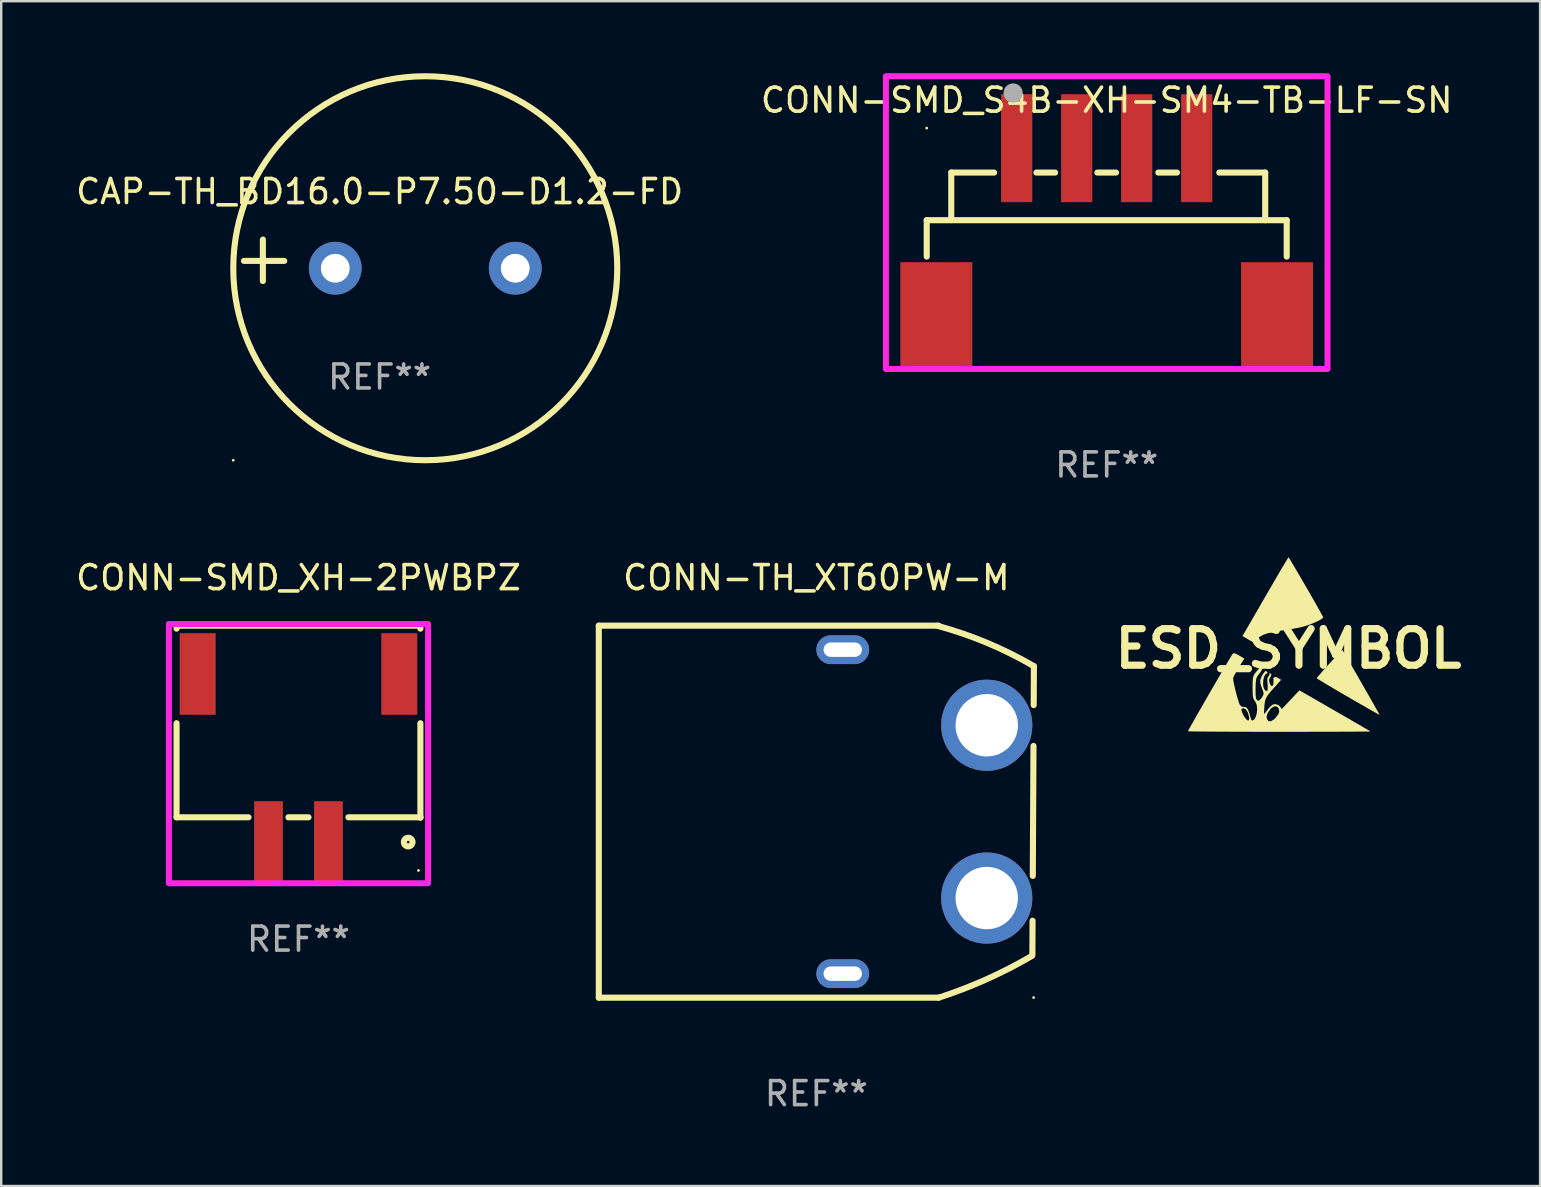
<source format=kicad_pcb>
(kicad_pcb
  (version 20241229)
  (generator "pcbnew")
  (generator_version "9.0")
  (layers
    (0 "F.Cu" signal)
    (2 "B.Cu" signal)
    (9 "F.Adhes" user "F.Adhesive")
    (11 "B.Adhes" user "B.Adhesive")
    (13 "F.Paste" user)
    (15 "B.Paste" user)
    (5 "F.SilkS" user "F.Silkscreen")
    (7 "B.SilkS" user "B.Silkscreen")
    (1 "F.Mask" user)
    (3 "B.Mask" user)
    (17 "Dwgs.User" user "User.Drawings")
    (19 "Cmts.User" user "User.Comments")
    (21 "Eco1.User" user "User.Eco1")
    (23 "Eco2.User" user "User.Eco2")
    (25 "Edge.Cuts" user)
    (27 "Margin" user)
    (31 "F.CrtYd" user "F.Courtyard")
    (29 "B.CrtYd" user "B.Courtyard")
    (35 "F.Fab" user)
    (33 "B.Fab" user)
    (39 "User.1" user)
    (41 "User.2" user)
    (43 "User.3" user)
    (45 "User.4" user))
  (footprint "CONN-SMD_XH-2PWBPZ"
    (layer "F.Cu")
    (at 9.387 27.553)
    (property "Reference" "CONN-SMD_XH-2PWBPZ" (at 0 -6.531 0) (layer "F.SilkS") (effects (font (size 1 1) (thickness 0.15))))
    (attr through_hole)
    (fp_line (start -5.08 -4.531) (end 5.08 -4.531) (stroke (width 0.254) (type solid)) (layer "F.SilkS"))
    (fp_line (start -5.08 -4.409) (end -5.08 -4.531) (stroke (width 0.254) (type solid)) (layer "F.SilkS"))
    (fp_line (start -5.08 3.453) (end -5.08 -0.467) (stroke (width 0.254) (type solid)) (layer "F.SilkS"))
    (fp_line (start -5.08 3.453) (end -2.081 3.453) (stroke (width 0.254) (type solid)) (layer "F.SilkS"))
    (fp_line (start -0.419 3.453) (end 0.419 3.453) (stroke (width 0.254) (type solid)) (layer "F.SilkS"))
    (fp_line (start 2.081 3.453) (end 5.08 3.453) (stroke (width 0.254) (type solid)) (layer "F.SilkS"))
    (fp_line (start 5.08 -4.531) (end 5.08 -4.409) (stroke (width 0.254) (type solid)) (layer "F.SilkS"))
    (fp_line (start 5.08 3.453) (end 5.08 -0.467) (stroke (width 0.254) (type solid)) (layer "F.SilkS"))
    (fp_line (start 5.08 3.453) (end 5.08 3.47) (stroke (width 0.254) (type solid)) (layer "F.SilkS"))
    (fp_circle (center 4.572 4.486) (end 4.752 4.486) (stroke (width 0.254) (type solid)) (fill no) (layer "F.SilkS"))
    (fp_circle (center 5 5.669) (end 5.03 5.669) (stroke (width 0.06) (type solid)) (fill no) (layer "F.SilkS"))
    (fp_rect (start -5.4 -4.6) (end 5.4 6.2) (stroke (width 0.25) (type solid)) (fill no) (layer "F.CrtYd"))
    (fp_text user "REF**" (at 0 8.531 0) (layer "F.Fab") (effects (font (size 1 1) (thickness 0.15))))
    (pad "1" smd rect (at 1.25 4.531) (size 1.2 3.5) (layers "F.Cu" "F.Mask" "F.Paste"))
    (pad "2" smd rect (at -1.25 4.531) (size 1.2 3.5) (layers "F.Cu" "F.Mask" "F.Paste"))
    (pad "3" smd rect (at -4.2 -2.519) (size 1.5 3.4) (layers "F.Cu" "F.Mask" "F.Paste"))
    (pad "4" smd rect (at 4.2 -2.519) (size 1.5 3.4) (layers "F.Cu" "F.Mask" "F.Paste")))
  (footprint "CONN-SMD_S4B-XH-SM4-TB-LF-SN"
    (layer "F.Cu")
    (at 43.065 7.725)
    (property "Reference" "CONN-SMD_S4B-XH-SM4-TB-LF-SN" (at 0 -6.6 0) (layer "F.SilkS") (effects (font (size 1 1) (thickness 0.15))))
    (attr through_hole)
    (fp_line (start -7.5 -1.6) (end -7.5 -0.081) (stroke (width 0.254) (type solid)) (layer "F.SilkS"))
    (fp_line (start -6.477 -3.584) (end -4.691 -3.584) (stroke (width 0.254) (type solid)) (layer "F.SilkS"))
    (fp_line (start -6.477 -1.6) (end -6.477 -3.584) (stroke (width 0.254) (type solid)) (layer "F.SilkS"))
    (fp_line (start -5.3 4.6) (end 5.3 4.6) (stroke (width 0.254) (type solid)) (layer "F.SilkS"))
    (fp_line (start -2.929 -3.584) (end -2.151 -3.584) (stroke (width 0.254) (type solid)) (layer "F.SilkS"))
    (fp_line (start -0.389 -3.584) (end 0.389 -3.584) (stroke (width 0.254) (type solid)) (layer "F.SilkS"))
    (fp_line (start 2.151 -3.584) (end 2.929 -3.584) (stroke (width 0.254) (type solid)) (layer "F.SilkS"))
    (fp_line (start 4.691 -3.584) (end 6.604 -3.584) (stroke (width 0.254) (type solid)) (layer "F.SilkS"))
    (fp_line (start 6.604 -3.584) (end 6.604 -1.6) (stroke (width 0.254) (type solid)) (layer "F.SilkS"))
    (fp_line (start 7.5 -1.6) (end -7.5 -1.6) (stroke (width 0.254) (type solid)) (layer "F.SilkS"))
    (fp_line (start 7.5 -1.6) (end 7.5 -0.081) (stroke (width 0.254) (type solid)) (layer "F.SilkS"))
    (fp_circle (center -7.5 -5.437) (end -7.47 -5.437) (stroke (width 0.06) (type solid)) (fill no) (layer "F.SilkS"))
    (fp_rect (start -9.2 4.6) (end 9.2 -7.6) (stroke (width 0.25) (type solid)) (fill no) (layer "F.CrtYd"))
    (fp_circle (center -3.9 -6.9) (end -3.7 -6.9) (stroke (width 0.4) (type solid)) (fill no) (layer "F.Fab"))
    (fp_text user "REF**" (at 0 8.6 0) (layer "F.Fab") (effects (font (size 1 1) (thickness 0.15))))
    (pad "1" smd rect (at -3.75 -4.6) (size 1.3 4.5) (layers "F.Cu" "F.Mask" "F.Paste"))
    (pad "2" smd rect (at -1.25 -4.6) (size 1.3 4.5) (layers "F.Cu" "F.Mask" "F.Paste"))
    (pad "3" smd rect (at 1.25 -4.6) (size 1.3 4.5) (layers "F.Cu" "F.Mask" "F.Paste"))
    (pad "4" smd rect (at 3.75 -4.6) (size 1.3 4.5) (layers "F.Cu" "F.Mask" "F.Paste"))
    (pad "5" smd rect (at 7.1 2.4) (size 3 4.5) (layers "F.Cu" "F.Mask" "F.Paste"))
    (pad "6" smd rect (at -7.1 2.4) (size 3 4.5) (layers "F.Cu" "F.Mask" "F.Paste")))
  (footprint "CONN-TH_XT60PW-M"
    (layer "F.Cu")
    (at 30.966 30.771)
    (property "Reference" "CONN-TH_XT60PW-M" (at 0 -9.75 0) (layer "F.SilkS") (effects (font (size 1 1) (thickness 0.15))))
    (attr through_hole)
    (fp_line (start -9.065 -7.75) (end 5.1 -7.75) (stroke (width 0.254) (type solid)) (layer "F.SilkS"))
    (fp_line (start -9.065 7.75) (end -9.065 -7.75) (stroke (width 0.254) (type solid)) (layer "F.SilkS"))
    (fp_line (start -9.065 7.75) (end 5.1 7.75) (stroke (width 0.254) (type solid)) (layer "F.SilkS"))
    (fp_line (start 9.009 4.544) (end 9.002 5.994) (stroke (width 0.254) (type solid)) (layer "F.SilkS"))
    (fp_line (start 9.048 -2.738) (end 9.019 2.676) (stroke (width 0.254) (type solid)) (layer "F.SilkS"))
    (fp_line (start 9.065 -6.062) (end 9.057 -4.441) (stroke (width 0.254) (type solid)) (layer "F.SilkS"))
    (fp_arc (start 5.037198 -7.747015) (mid 7.1067 -7.03712) (end 9.06524 -6.061976) (stroke (width 0.254) (type solid)) (layer "F.SilkS"))
    (fp_arc (start 8.95854 6.024855) (mid 7.075671 6.990986) (end 5.100191 7.749987) (stroke (width 0.254) (type solid)) (layer "F.SilkS"))
    (fp_circle (center 9.053 7.747) (end 9.083 7.747) (stroke (width 0.06) (type solid)) (fill no) (layer "F.SilkS"))
    (fp_text user "+" (at 4.91 -4.953 0) (layer "B.Mask") (effects (font (size 1 1) (thickness 0.15))))
    (fp_text user "-" (at 4.656 6.096 0) (layer "B.Mask") (effects (font (size 1 1) (thickness 0.15))))
    (fp_text user "REF**" (at 0 11.75 0) (layer "F.Fab") (effects (font (size 1 1) (thickness 0.15))))
    (pad "1" thru_hole circle (at 7.1 3.6) (size 3.8 3.8) (drill 2.6) (layers "*.Cu" "*.Mask"))
    (pad "2" thru_hole circle (at 7.1 -3.6) (size 3.8 3.8) (drill 2.6) (layers "*.Cu" "*.Mask"))
    (pad "3" thru_hole oval (at 1.1 -6.75 90) (size 1.2 2.2) (drill oval 0.6 1.6) (layers "*.Cu" "*.Mask"))
    (pad "4" thru_hole oval (at 1.1 6.75 90) (size 1.2 2.2) (drill oval 0.6 1.6) (layers "*.Cu" "*.Mask")))
  (footprint "CAP-TH_BD16.0-P7.50-D1.2-FD"
    (layer "F.Cu")
    (at 12.768 7.797)
    (property "Reference" "CAP-TH_BD16.0-P7.50-D1.2-FD" (at 0 -2.864 0) (layer "F.SilkS") (effects (font (size 1 1) (thickness 0.15))))
    (attr through_hole)
    (fp_line (start -4.864 0.864) (end -4.864 -0.864) (stroke (width 0.254) (type solid)) (layer "F.SilkS"))
    (fp_line (start -3.975 0.025) (end -5.652 0.025) (stroke (width 0.254) (type solid)) (layer "F.SilkS"))
    (fp_circle (center -6.099 8.33) (end -6.069 8.33) (stroke (width 0.06) (type solid)) (fill no) (layer "F.SilkS"))
    (fp_circle (center 1.902 0.33) (end 9.902 0.33) (stroke (width 0.254) (type solid)) (fill no) (layer "F.SilkS"))
    (fp_text user "REF**" (at 0 4.864 0) (layer "F.Fab") (effects (font (size 1 1) (thickness 0.15))))
    (pad "1" thru_hole circle (at -1.848 0.33) (size 2.2 2.2) (drill 1.2) (layers "*.Cu" "*.Mask"))
    (pad "2" thru_hole circle (at 5.652 0.33) (size 2.2 2.2) (drill 1.2) (layers "*.Cu" "*.Mask")))
  (footprint "ESD_SYMBOL"
    (layer "F.Cu")
    (at 50.64 23.979)
    (property "Reference" "ESD_SYMBOL" (at 0 0 0) (layer "F.SilkS") (effects (font (size 1.524 1.524) (thickness 0.3))))
    (attr board_only exclude_from_pos_files exclude_from_bom)
    (fp_poly (pts (xy 2.273 0.096) (xy 2.336 0.202) (xy 2.429 0.362) (xy 2.547 0.564) (xy 2.682 0.799) (xy 2.831 1.058) (xy 2.986 1.329) (xy 3.143 1.602) (xy 3.295 1.869) (xy 3.437 2.119) (xy 3.563 2.341) (xy 3.667 2.525) (xy 3.744 2.663) (xy 3.788 2.743) (xy 3.795 2.759) (xy 3.757 2.74) (xy 3.653 2.683) (xy 3.493 2.593) (xy 3.283 2.474) (xy 3.034 2.331) (xy 2.752 2.169) (xy 2.48 2.012) (xy 2.177 1.836) (xy 1.9 1.673) (xy 1.655 1.528) (xy 1.452 1.406) (xy 1.299 1.312) (xy 1.204 1.251) (xy 1.176 1.229) (xy 1.203 1.191) (xy 1.276 1.104) (xy 1.386 0.979) (xy 1.52 0.828) (xy 1.668 0.664) (xy 1.819 0.498) (xy 1.962 0.343) (xy 2.087 0.21) (xy 2.182 0.111) (xy 2.237 0.058) (xy 2.246 0.053)) (stroke (width 0) (type solid)) (fill yes) (layer "F.SilkS"))
    (fp_poly (pts (xy 0.026 -3.77) (xy 0.088 -3.671) (xy 0.18 -3.518) (xy 0.296 -3.322) (xy 0.43 -3.094) (xy 0.576 -2.844) (xy 0.728 -2.582) (xy 0.88 -2.32) (xy 1.025 -2.066) (xy 1.158 -1.833) (xy 1.272 -1.63) (xy 1.362 -1.468) (xy 1.422 -1.357) (xy 1.445 -1.308) (xy 1.415 -1.263) (xy 1.319 -1.2) (xy 1.175 -1.126) (xy 0.999 -1.05) (xy 0.808 -0.978) (xy 0.618 -0.918) (xy 0.47 -0.881) (xy 0.257 -0.841) (xy 0.013 -0.8) (xy -0.192 -0.77) (xy -0.558 -0.713) (xy -0.846 -0.648) (xy -1.066 -0.572) (xy -1.226 -0.482) (xy -1.334 -0.376) (xy -1.348 -0.355) (xy -1.391 -0.295) (xy -1.431 -0.27) (xy -1.49 -0.281) (xy -1.588 -0.332) (xy -1.698 -0.396) (xy -1.92 -0.528) (xy -1.816 -0.702) (xy -1.771 -0.778) (xy -1.69 -0.918) (xy -1.576 -1.114) (xy -1.435 -1.357) (xy -1.274 -1.637) (xy -1.096 -1.945) (xy -0.907 -2.272) (xy -0.867 -2.341) (xy -0.681 -2.663) (xy -0.508 -2.96) (xy -0.353 -3.224) (xy -0.22 -3.449) (xy -0.115 -3.625) (xy -0.041 -3.746) (xy -0.003 -3.802) (xy -0.000011 -3.806)) (stroke (width 0) (type solid)) (fill yes) (layer "F.SilkS"))
    (fp_poly (pts (xy -2.224 0.2) (xy -2.122 0.248) (xy -2.056 0.285) (xy -1.839 0.411) (xy -2.074 0.785) (xy -2.173 0.95) (xy -2.251 1.095) (xy -2.299 1.2) (xy -2.309 1.239) (xy -2.298 1.337) (xy -2.268 1.49) (xy -2.225 1.677) (xy -2.175 1.876) (xy -2.122 2.066) (xy -2.074 2.223) (xy -2.036 2.326) (xy -2.025 2.345) (xy -1.942 2.421) (xy -1.877 2.424) (xy -1.774 2.436) (xy -1.689 2.531) (xy -1.624 2.707) (xy -1.584 2.858) (xy -1.556 2.944) (xy -1.532 2.983) (xy -1.504 2.993) (xy -1.499 2.993) (xy -1.43 2.954) (xy -1.369 2.852) (xy -1.361 2.824) (xy -0.914 2.824) (xy -0.899 2.927) (xy -0.835 3.016) (xy -0.741 3.026) (xy -0.619 2.956) (xy -0.537 2.88) (xy -0.428 2.74) (xy -0.385 2.619) (xy -0.385 2.61) (xy -0.415 2.479) (xy -0.492 2.408) (xy -0.597 2.405) (xy -0.714 2.475) (xy -0.729 2.491) (xy -0.863 2.667) (xy -0.914 2.824) (xy -1.361 2.824) (xy -1.325 2.707) (xy -1.306 2.544) (xy -1.306 2.542) (xy -1.319 2.368) (xy -1.366 2.238) (xy -1.4 2.186) (xy -1.445 2.117) (xy -1.473 2.041) (xy -1.489 1.936) (xy -1.495 1.783) (xy -1.497 1.612) (xy -1.495 1.41) (xy -1.488 1.271) (xy -1.471 1.174) (xy -1.439 1.097) (xy -1.388 1.018) (xy -1.368 0.99) (xy -1.257 0.861) (xy -1.167 0.813) (xy -1.099 0.839) (xy -1.109 0.884) (xy -1.162 0.971) (xy -1.217 1.043) (xy -1.287 1.133) (xy -1.33 1.211) (xy -1.354 1.304) (xy -1.366 1.435) (xy -1.372 1.604) (xy -1.373 1.789) (xy -1.368 1.95) (xy -1.356 2.062) (xy -1.35 2.087) (xy -1.299 2.162) (xy -1.227 2.16) (xy -1.142 2.084) (xy -1.097 2.016) (xy -1.052 1.934) (xy -1.036 1.869) (xy -1.051 1.792) (xy -1.097 1.672) (xy -1.11 1.642) (xy -1.171 1.455) (xy -1.176 1.303) (xy -1.12 1.152) (xy -1.052 1.041) (xy -0.985 0.953) (xy -0.942 0.929) (xy -0.901 0.958) (xy -0.899 0.961) (xy -0.871 1.016) (xy -0.892 1.026) (xy -0.961 1.065) (xy -1.015 1.164) (xy -1.049 1.302) (xy -1.061 1.453) (xy -1.045 1.596) (xy -1.002 1.702) (xy -0.934 1.772) (xy -0.888 1.763) (xy -0.865 1.677) (xy -0.868 1.516) (xy -0.872 1.475) (xy -0.883 1.316) (xy -0.874 1.219) (xy -0.843 1.163) (xy -0.835 1.155) (xy -0.792 1.095) (xy -0.794 1.064) (xy -0.79 1.028) (xy -0.779 1.026) (xy -0.717 1.052) (xy -0.723 1.123) (xy -0.75 1.17) (xy -0.802 1.265) (xy -0.805 1.36) (xy -0.769 1.477) (xy -0.72 1.552) (xy -0.671 1.555) (xy -0.634 1.498) (xy -0.623 1.394) (xy -0.628 1.35) (xy -0.629 1.228) (xy -0.582 1.176) (xy -0.486 1.194) (xy -0.431 1.224) (xy -0.306 1.298) (xy -0.596 1.622) (xy -0.754 1.801) (xy -0.863 1.938) (xy -0.933 2.053) (xy -0.974 2.166) (xy -0.997 2.297) (xy -1.009 2.45) (xy -1.019 2.608) (xy -1.02 2.692) (xy -1.008 2.715) (xy -0.98 2.688) (xy -0.953 2.653) (xy -0.826 2.487) (xy -0.729 2.383) (xy -0.647 2.327) (xy -0.566 2.309) (xy -0.554 2.309) (xy -0.42 2.349) (xy -0.355 2.412) (xy -0.278 2.514) (xy 0.455 1.736) (xy 1.927 2.584) (xy 2.25 2.771) (xy 2.55 2.944) (xy 2.817 3.099) (xy 3.046 3.231) (xy 3.226 3.336) (xy 3.351 3.409) (xy 3.412 3.445) (xy 3.417 3.448) (xy 3.378 3.451) (xy 3.26 3.453) (xy 3.068 3.455) (xy 2.808 3.457) (xy 2.487 3.458) (xy 2.111 3.46) (xy 1.685 3.461) (xy 1.216 3.462) (xy 0.71 3.463) (xy 0.172 3.463) (xy -0.378 3.464) (xy -0.941 3.463) (xy -1.478 3.463) (xy -1.985 3.461) (xy -2.455 3.46) (xy -2.881 3.458) (xy -3.258 3.456) (xy -3.579 3.453) (xy -3.84 3.45) (xy -4.032 3.447) (xy -4.151 3.444) (xy -4.191 3.441) (xy -4.17 3.398) (xy -4.111 3.29) (xy -4.02 3.128) (xy -3.902 2.92) (xy -3.762 2.674) (xy -3.711 2.585) (xy -1.959 2.585) (xy -1.906 2.721) (xy -1.858 2.808) (xy -1.77 2.934) (xy -1.698 2.992) (xy -1.65 2.981) (xy -1.636 2.899) (xy -1.645 2.833) (xy -1.697 2.654) (xy -1.775 2.533) (xy -1.868 2.481) (xy -1.882 2.48) (xy -1.951 2.506) (xy -1.959 2.585) (xy -3.711 2.585) (xy -3.606 2.402) (xy -3.439 2.112) (xy -3.267 1.812) (xy -3.094 1.514) (xy -2.926 1.225) (xy -2.768 0.955) (xy -2.627 0.714) (xy -2.507 0.51) (xy -2.413 0.353) (xy -2.352 0.253) (xy -2.329 0.219) (xy -2.286 0.192)) (stroke (width 0) (type solid)) (fill yes) (layer "F.SilkS")))
  (gr_rect
    (start -3 -3)
    (end 61.123 46.37)
    (stroke (width 0.1) (type default))
    (fill no)
    (layer "Edge.Cuts")))
</source>
